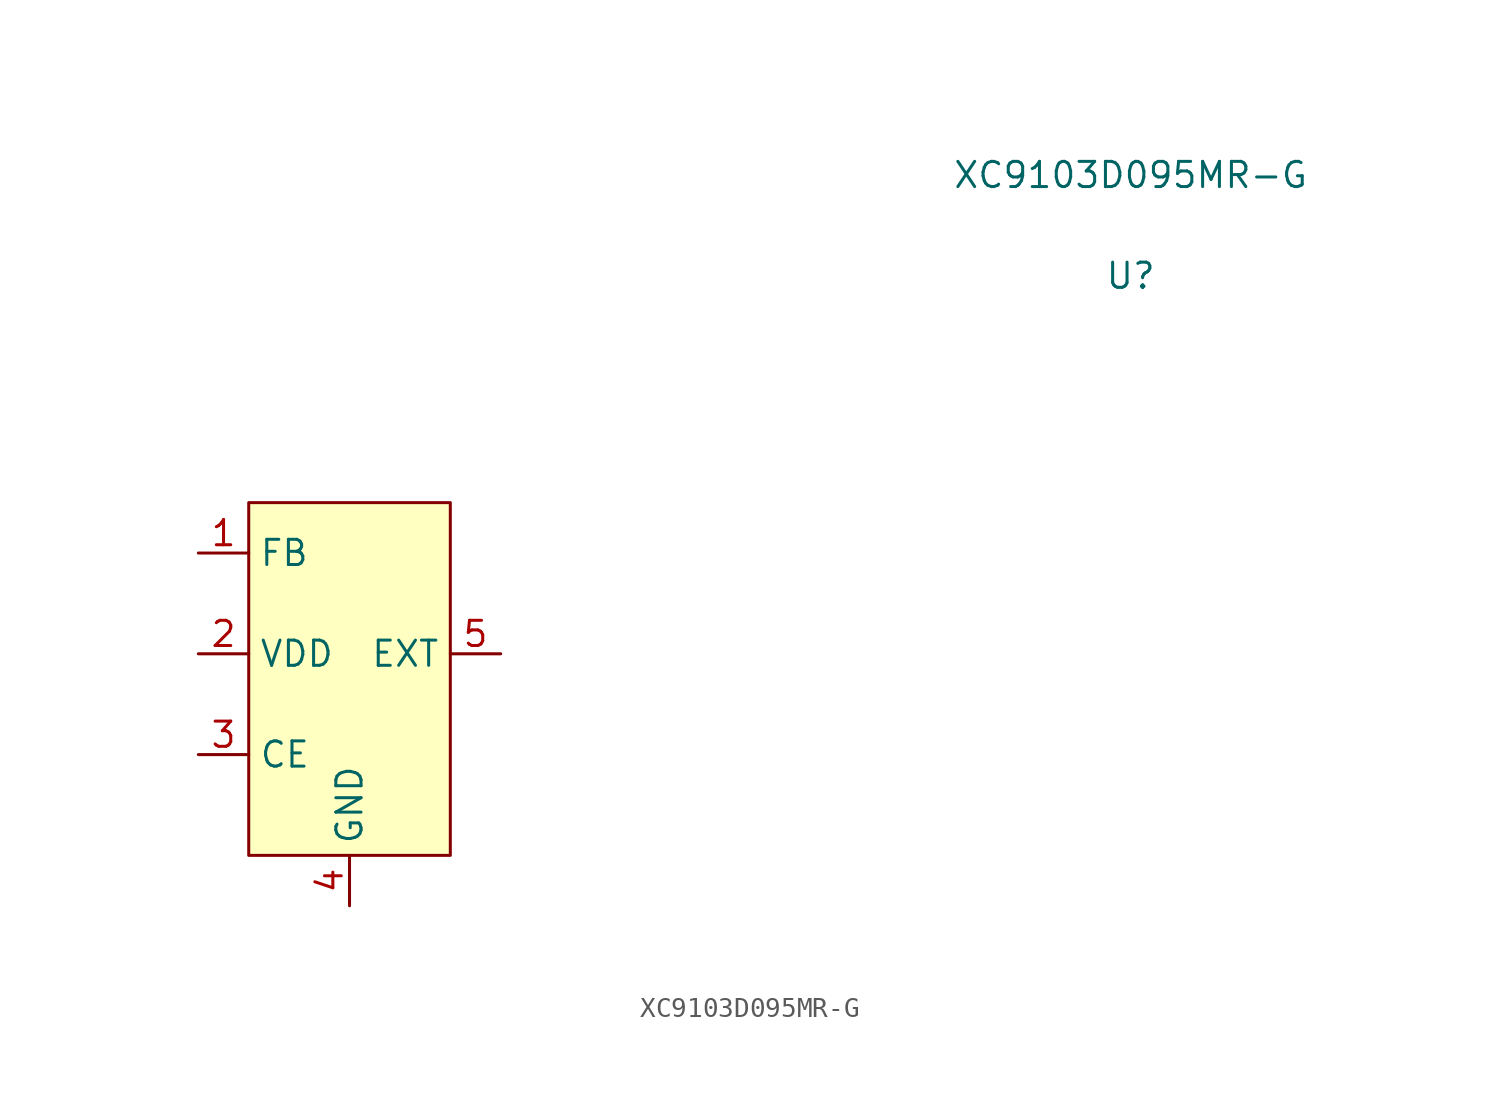
<source format=kicad_sym>
(kicad_symbol_lib
  (version 20211014)
  (generator kicad_symbol_editor)
  (symbol "XC9103D095MR-G"
    (property "Reference" "U"
      (at 22.86 8.89 0)
      (effects (font (size 1.27 1.27))))
    (property "Value" "XC9103D095MR-G"
      (at 22.86 13.97 0)
      (effects (font (size 1.27 1.27))))
    (symbol "XC9103D095MR-G_0_1"
      (rectangle (start -21.59 -2.54) (end -11.43 -20.32) (stroke (width 0) (type default) (color 0 0 0 0)) (fill (type background))))
    (symbol "XC9103D095MR-G_1_1"
      (pin unspecified line (at -24.13 -5.08 0) (length 2.54) (name "FB" (effects (font (size 1.27 1.27)))) (number "1" (effects (font (size 1.27 1.27)))))
      (pin input line (at -24.13 -10.16 0) (length 2.54) (name "VDD" (effects (font (size 1.27 1.27)))) (number "2" (effects (font (size 1.27 1.27)))))
      (pin input line (at -24.13 -15.24 0) (length 2.54) (name "CE" (effects (font (size 1.27 1.27)))) (number "3" (effects (font (size 1.27 1.27)))))
      (pin power_in line (at -16.51 -22.86 90) (length 2.54) (name "GND" (effects (font (size 1.27 1.27)))) (number "4" (effects (font (size 1.27 1.27)))))
      (pin output line (at -8.89 -10.16 180) (length 2.54) (name "EXT" (effects (font (size 1.27 1.27)))) (number "5" (effects (font (size 1.27 1.27))))))))
</source>
